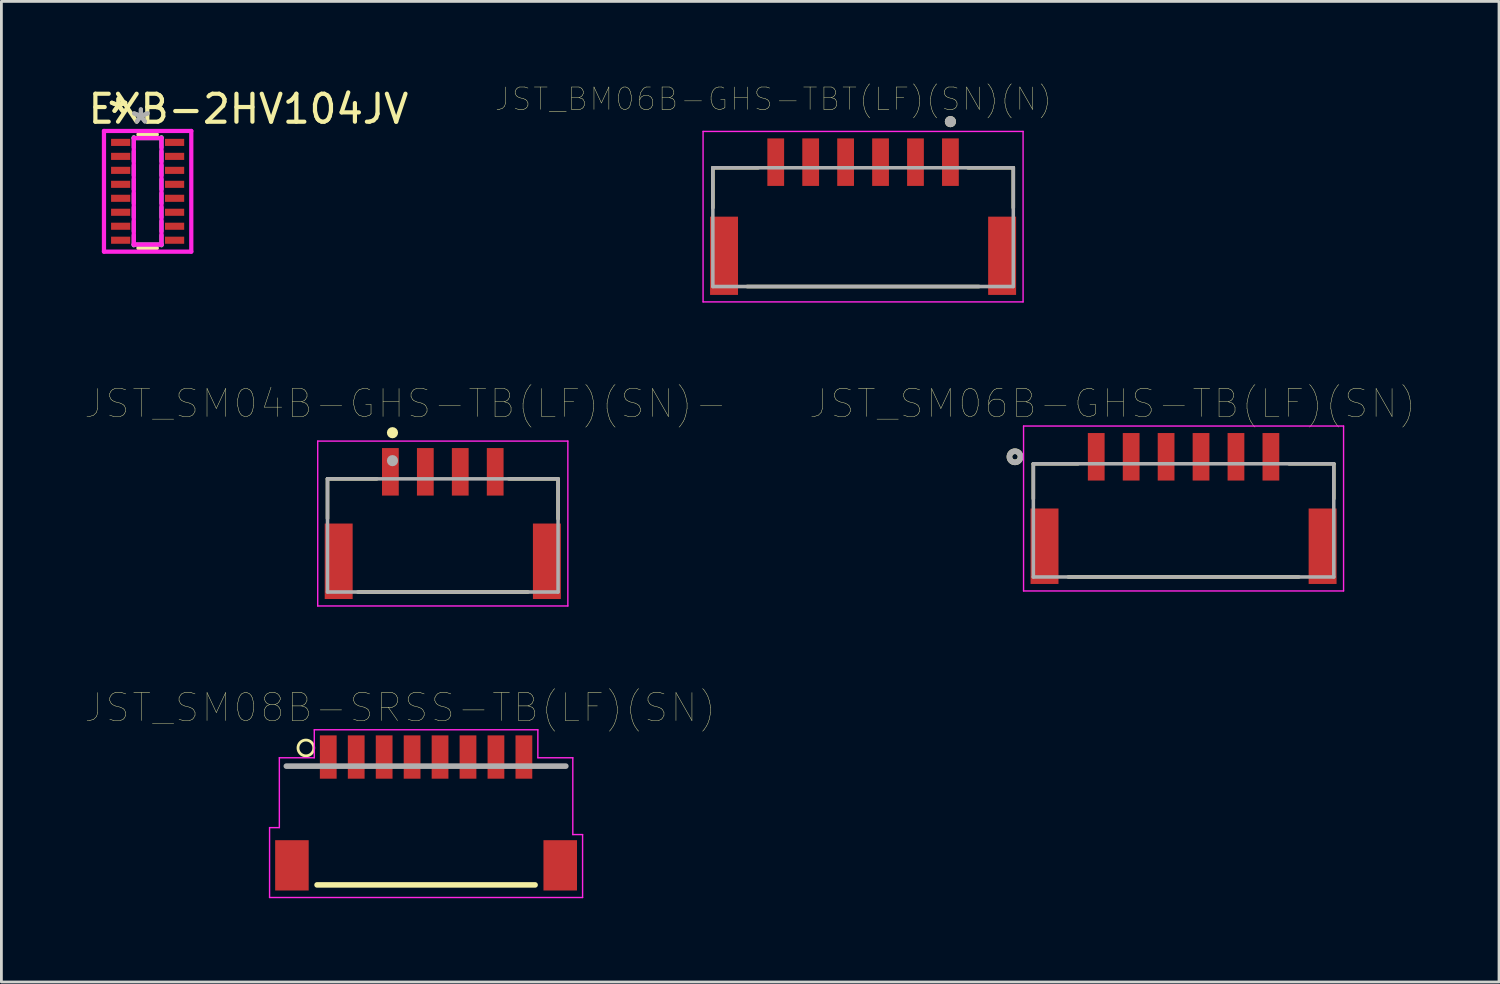
<source format=kicad_pcb>
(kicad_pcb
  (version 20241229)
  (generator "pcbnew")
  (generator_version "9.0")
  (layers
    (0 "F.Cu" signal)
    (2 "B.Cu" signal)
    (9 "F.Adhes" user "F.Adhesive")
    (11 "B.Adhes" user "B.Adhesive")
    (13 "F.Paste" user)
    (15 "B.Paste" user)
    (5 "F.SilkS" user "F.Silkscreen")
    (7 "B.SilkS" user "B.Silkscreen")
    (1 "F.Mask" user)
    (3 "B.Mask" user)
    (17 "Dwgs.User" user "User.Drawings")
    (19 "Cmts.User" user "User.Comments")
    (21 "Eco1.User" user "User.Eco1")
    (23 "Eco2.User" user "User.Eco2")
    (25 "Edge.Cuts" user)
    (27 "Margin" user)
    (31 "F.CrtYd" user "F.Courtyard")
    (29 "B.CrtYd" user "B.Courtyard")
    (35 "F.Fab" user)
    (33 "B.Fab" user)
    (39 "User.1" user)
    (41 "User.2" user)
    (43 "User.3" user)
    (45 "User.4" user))
  (footprint "JST_SM06B-GHS-TB(LF)(SN)"
    (layer "F.Cu")
    (at 39.298 15.169)
    (property "Reference" "JST_SM06B-GHS-TB(LF)(SN)" (at -2.54 -3.78 0) (layer "F.SilkS") (effects (font (size 1 1) (thickness 0.015))))
    (attr through_hole)
    (fp_line (start -5.375 -1.625) (end -5.375 -0.375) (stroke (width 0.127) (type solid)) (layer "F.SilkS"))
    (fp_line (start -5.375 -1.625) (end -3.775 -1.625) (stroke (width 0.127) (type solid)) (layer "F.SilkS"))
    (fp_line (start -4.125 2.425) (end 4.125 2.425) (stroke (width 0.127) (type solid)) (layer "F.SilkS"))
    (fp_line (start 5.375 -1.625) (end 3.775 -1.625) (stroke (width 0.127) (type solid)) (layer "F.SilkS"))
    (fp_line (start 5.375 -1.625) (end 5.375 -0.375) (stroke (width 0.127) (type solid)) (layer "F.SilkS"))
    (fp_circle (center -6.032 -1.875) (end -5.933 -1.875) (stroke (width 0.2) (type solid)) (fill no) (layer "F.SilkS"))
    (fp_line (start -5.725 -2.975) (end -5.725 2.925) (stroke (width 0.05) (type solid)) (layer "F.CrtYd"))
    (fp_line (start -5.725 2.925) (end 5.725 2.925) (stroke (width 0.05) (type solid)) (layer "F.CrtYd"))
    (fp_line (start 5.725 -2.975) (end -5.725 -2.975) (stroke (width 0.05) (type solid)) (layer "F.CrtYd"))
    (fp_line (start 5.725 2.925) (end 5.725 -2.975) (stroke (width 0.05) (type solid)) (layer "F.CrtYd"))
    (fp_line (start -5.375 -1.625) (end -5.375 2.425) (stroke (width 0.127) (type solid)) (layer "F.Fab"))
    (fp_line (start -5.375 2.425) (end 5.375 2.425) (stroke (width 0.127) (type solid)) (layer "F.Fab"))
    (fp_line (start 5.375 -1.625) (end -5.375 -1.625) (stroke (width 0.127) (type solid)) (layer "F.Fab"))
    (fp_line (start 5.375 2.425) (end 5.375 -1.625) (stroke (width 0.127) (type solid)) (layer "F.Fab"))
    (fp_circle (center -6.032 -1.875) (end -5.933 -1.875) (stroke (width 0.2) (type solid)) (fill no) (layer "F.Fab"))
    (pad "" smd rect (at -4.975 1.325) (size 1 2.7) (layers "F.Cu" "F.Mask" "F.Paste"))
    (pad "" smd rect (at 4.975 1.325) (size 1 2.7) (layers "F.Cu" "F.Mask" "F.Paste"))
    (pad "1" smd rect (at -3.125 -1.875) (size 0.6 1.7) (layers "F.Cu" "F.Mask" "F.Paste"))
    (pad "2" smd rect (at -1.875 -1.875) (size 0.6 1.7) (layers "F.Cu" "F.Mask" "F.Paste"))
    (pad "3" smd rect (at -0.625 -1.875) (size 0.6 1.7) (layers "F.Cu" "F.Mask" "F.Paste"))
    (pad "4" smd rect (at 0.625 -1.875) (size 0.6 1.7) (layers "F.Cu" "F.Mask" "F.Paste"))
    (pad "5" smd rect (at 1.875 -1.875) (size 0.6 1.7) (layers "F.Cu" "F.Mask" "F.Paste"))
    (pad "6" smd rect (at 3.125 -1.875) (size 0.6 1.7) (layers "F.Cu" "F.Mask" "F.Paste")))
  (footprint "EXB-2HV104JV"
    (layer "F.Cu")
    (at 2.232 3.795)
    (property "Reference" "EXB-2HV104JV" (at 3.607 -2.946 0) (layer "F.SilkS") (effects (font (size 1 1) (thickness 0.15))))
    (attr through_hole)
    (fp_line (start -0.328 2.032) (end 0.328 2.032) (stroke (width 0.152) (type solid)) (layer "F.SilkS"))
    (fp_line (start 0.328 -2.032) (end -0.328 -2.032) (stroke (width 0.152) (type solid)) (layer "F.SilkS"))
    (fp_line (start -1.562 -2.159) (end 1.562 -2.159) (stroke (width 0.152) (type solid)) (layer "F.CrtYd"))
    (fp_line (start -1.562 2.159) (end -1.562 -2.159) (stroke (width 0.152) (type solid)) (layer "F.CrtYd"))
    (fp_line (start -0.495 -1.905) (end 0.495 -1.905) (stroke (width 0.152) (type solid)) (layer "F.CrtYd"))
    (fp_line (start -0.495 1.905) (end -0.495 -1.905) (stroke (width 0.152) (type solid)) (layer "F.CrtYd"))
    (fp_line (start 0.495 -1.905) (end 0.495 1.905) (stroke (width 0.152) (type solid)) (layer "F.CrtYd"))
    (fp_line (start 0.495 1.905) (end -0.495 1.905) (stroke (width 0.152) (type solid)) (layer "F.CrtYd"))
    (fp_line (start 1.562 -2.159) (end 1.562 2.159) (stroke (width 0.152) (type solid)) (layer "F.CrtYd"))
    (fp_line (start 1.562 2.159) (end -1.562 2.159) (stroke (width 0.152) (type solid)) (layer "F.CrtYd"))
    (fp_line (start -0.495 -1.928) (end -0.495 -1.572) (stroke (width 0.152) (type solid)) (layer "F.Fab"))
    (fp_line (start -0.495 -1.905) (end -0.495 -1.928) (stroke (width 0.152) (type solid)) (layer "F.Fab"))
    (fp_line (start -0.495 -1.428) (end -0.495 -1.072) (stroke (width 0.152) (type solid)) (layer "F.Fab"))
    (fp_line (start -0.495 -0.928) (end -0.495 -0.572) (stroke (width 0.152) (type solid)) (layer "F.Fab"))
    (fp_line (start -0.495 -0.428) (end -0.495 -0.072) (stroke (width 0.152) (type solid)) (layer "F.Fab"))
    (fp_line (start -0.495 0.072) (end -0.495 0.428) (stroke (width 0.152) (type solid)) (layer "F.Fab"))
    (fp_line (start -0.495 0.572) (end -0.495 0.928) (stroke (width 0.152) (type solid)) (layer "F.Fab"))
    (fp_line (start -0.495 1.072) (end -0.495 1.428) (stroke (width 0.152) (type solid)) (layer "F.Fab"))
    (fp_line (start -0.495 1.572) (end -0.495 1.928) (stroke (width 0.152) (type solid)) (layer "F.Fab"))
    (fp_line (start -0.495 1.905) (end 0.495 1.905) (stroke (width 0.152) (type solid)) (layer "F.Fab"))
    (fp_line (start -0.495 1.928) (end -0.495 1.905) (stroke (width 0.152) (type solid)) (layer "F.Fab"))
    (fp_line (start 0.495 -1.928) (end 0.495 -1.572) (stroke (width 0.152) (type solid)) (layer "F.Fab"))
    (fp_line (start 0.495 -1.905) (end -0.495 -1.905) (stroke (width 0.152) (type solid)) (layer "F.Fab"))
    (fp_line (start 0.495 -1.905) (end 0.495 -1.928) (stroke (width 0.152) (type solid)) (layer "F.Fab"))
    (fp_line (start 0.495 -1.428) (end 0.495 -1.072) (stroke (width 0.152) (type solid)) (layer "F.Fab"))
    (fp_line (start 0.495 -0.928) (end 0.495 -0.572) (stroke (width 0.152) (type solid)) (layer "F.Fab"))
    (fp_line (start 0.495 -0.428) (end 0.495 -0.072) (stroke (width 0.152) (type solid)) (layer "F.Fab"))
    (fp_line (start 0.495 0.072) (end 0.495 0.428) (stroke (width 0.152) (type solid)) (layer "F.Fab"))
    (fp_line (start 0.495 0.572) (end 0.495 0.928) (stroke (width 0.152) (type solid)) (layer "F.Fab"))
    (fp_line (start 0.495 1.072) (end 0.495 1.428) (stroke (width 0.152) (type solid)) (layer "F.Fab"))
    (fp_line (start 0.495 1.572) (end 0.495 1.928) (stroke (width 0.152) (type solid)) (layer "F.Fab"))
    (fp_line (start 0.495 1.928) (end 0.495 1.905) (stroke (width 0.152) (type solid)) (layer "F.Fab"))
    (fp_text user "*" (at -1.041 -2.766 0) (layer "F.SilkS") (effects (font (size 1 1) (thickness 0.15))))
    (fp_text user "*" (at -1.041 -2.766 0) (layer "F.SilkS") (effects (font (size 1 1) (thickness 0.15))))
    (fp_text user "*" (at -0.241 -2.385 0) (layer "F.Fab") (effects (font (size 1 1) (thickness 0.15))))
    (fp_text user "*" (at -0.241 -2.385 0) (layer "F.Fab") (effects (font (size 1 1) (thickness 0.15))))
    (pad "1" smd rect (at -0.965 -1.75) (size 0.686 0.254) (layers "F.Cu" "F.Mask" "F.Paste"))
    (pad "2" smd rect (at -0.965 -1.25) (size 0.686 0.254) (layers "F.Cu" "F.Mask" "F.Paste"))
    (pad "3" smd rect (at -0.965 -0.75) (size 0.686 0.254) (layers "F.Cu" "F.Mask" "F.Paste"))
    (pad "4" smd rect (at -0.965 -0.25) (size 0.686 0.254) (layers "F.Cu" "F.Mask" "F.Paste"))
    (pad "5" smd rect (at -0.965 0.25) (size 0.686 0.254) (layers "F.Cu" "F.Mask" "F.Paste"))
    (pad "6" smd rect (at -0.965 0.75) (size 0.686 0.254) (layers "F.Cu" "F.Mask" "F.Paste"))
    (pad "7" smd rect (at -0.965 1.25) (size 0.686 0.254) (layers "F.Cu" "F.Mask" "F.Paste"))
    (pad "8" smd rect (at -0.965 1.75) (size 0.686 0.254) (layers "F.Cu" "F.Mask" "F.Paste"))
    (pad "9" smd rect (at 0.965 1.75) (size 0.686 0.254) (layers "F.Cu" "F.Mask" "F.Paste"))
    (pad "10" smd rect (at 0.965 1.25) (size 0.686 0.254) (layers "F.Cu" "F.Mask" "F.Paste"))
    (pad "11" smd rect (at 0.965 0.75) (size 0.686 0.254) (layers "F.Cu" "F.Mask" "F.Paste"))
    (pad "12" smd rect (at 0.965 0.25) (size 0.686 0.254) (layers "F.Cu" "F.Mask" "F.Paste"))
    (pad "13" smd rect (at 0.965 -0.25) (size 0.686 0.254) (layers "F.Cu" "F.Mask" "F.Paste"))
    (pad "14" smd rect (at 0.965 -0.75) (size 0.686 0.254) (layers "F.Cu" "F.Mask" "F.Paste"))
    (pad "15" smd rect (at 0.965 -1.25) (size 0.686 0.254) (layers "F.Cu" "F.Mask" "F.Paste"))
    (pad "16" smd rect (at 0.965 -1.75) (size 0.686 0.254) (layers "F.Cu" "F.Mask" "F.Paste")))
  (footprint "JST_SM08B-SRSS-TB(LF)(SN)"
    (layer "F.Cu")
    (at 12.195 28.812)
    (property "Reference" "JST_SM08B-SRSS-TB(LF)(SN)" (at -0.926 -6.543 0) (layer "F.SilkS") (effects (font (size 1.001 1.001) (thickness 0.015))))
    (attr through_hole)
    (fp_line (start -3.9 -0.2) (end 3.9 -0.2) (stroke (width 0.2) (type solid)) (layer "F.SilkS"))
    (fp_circle (center -4.3 -5.1) (end -4.017 -5.1) (stroke (width 0.1) (type solid)) (fill no) (layer "F.SilkS"))
    (fp_line (start -5.6 -2.25) (end -5.25 -2.25) (stroke (width 0.05) (type solid)) (layer "F.CrtYd"))
    (fp_line (start -5.6 0.25) (end -5.6 -2.25) (stroke (width 0.05) (type solid)) (layer "F.CrtYd"))
    (fp_line (start -5.25 -4.75) (end -4 -4.75) (stroke (width 0.05) (type solid)) (layer "F.CrtYd"))
    (fp_line (start -5.25 -2.25) (end -5.25 -4.75) (stroke (width 0.05) (type solid)) (layer "F.CrtYd"))
    (fp_line (start -4 -5.75) (end 4 -5.75) (stroke (width 0.05) (type solid)) (layer "F.CrtYd"))
    (fp_line (start -4 -4.75) (end -4 -5.75) (stroke (width 0.05) (type solid)) (layer "F.CrtYd"))
    (fp_line (start 4 -5.75) (end 4 -4.75) (stroke (width 0.05) (type solid)) (layer "F.CrtYd"))
    (fp_line (start 4 -4.75) (end 5.25 -4.75) (stroke (width 0.05) (type solid)) (layer "F.CrtYd"))
    (fp_line (start 5.25 -4.75) (end 5.25 -2) (stroke (width 0.05) (type solid)) (layer "F.CrtYd"))
    (fp_line (start 5.25 -2) (end 5.6 -2) (stroke (width 0.05) (type solid)) (layer "F.CrtYd"))
    (fp_line (start 5.6 -2) (end 5.6 0.25) (stroke (width 0.05) (type solid)) (layer "F.CrtYd"))
    (fp_line (start 5.6 0.25) (end -5.6 0.25) (stroke (width 0.05) (type solid)) (layer "F.CrtYd"))
    (fp_line (start 5 -4.45) (end -5 -4.45) (stroke (width 0.2) (type solid)) (layer "F.Fab"))
    (pad "" smd rect (at -4.8 -0.9) (size 1.2 1.8) (layers "F.Cu" "F.Mask" "F.Paste"))
    (pad "" smd rect (at 4.8 -0.9) (size 1.2 1.8) (layers "F.Cu" "F.Mask" "F.Paste"))
    (pad "1" smd rect (at -3.5 -4.775) (size 0.6 1.55) (layers "F.Cu" "F.Mask" "F.Paste"))
    (pad "2" smd rect (at -2.5 -4.775) (size 0.6 1.55) (layers "F.Cu" "F.Mask" "F.Paste"))
    (pad "3" smd rect (at -1.5 -4.775) (size 0.6 1.55) (layers "F.Cu" "F.Mask" "F.Paste"))
    (pad "4" smd rect (at -0.5 -4.775) (size 0.6 1.55) (layers "F.Cu" "F.Mask" "F.Paste"))
    (pad "5" smd rect (at 0.5 -4.775) (size 0.6 1.55) (layers "F.Cu" "F.Mask" "F.Paste"))
    (pad "6" smd rect (at 1.5 -4.775) (size 0.6 1.55) (layers "F.Cu" "F.Mask" "F.Paste"))
    (pad "7" smd rect (at 2.5 -4.775) (size 0.6 1.55) (layers "F.Cu" "F.Mask" "F.Paste"))
    (pad "8" smd rect (at 3.5 -4.775) (size 0.6 1.55) (layers "F.Cu" "F.Mask" "F.Paste")))
  (footprint "JST_SM04B-GHS-TB(LF)(SN)-"
    (layer "F.Cu")
    (at 12.793 16.107)
    (property "Reference" "JST_SM04B-GHS-TB(LF)(SN)-" (at -1.327 -4.718 0) (layer "F.SilkS") (effects (font (size 1.002 1.002) (thickness 0.015))))
    (attr through_hole)
    (fp_line (start -4.125 -2.025) (end -2.36 -2.025) (stroke (width 0.127) (type solid)) (layer "F.SilkS"))
    (fp_line (start -4.125 -0.605) (end -4.125 -2.025) (stroke (width 0.127) (type solid)) (layer "F.SilkS"))
    (fp_line (start -3.04 2.025) (end 3.05 2.025) (stroke (width 0.127) (type solid)) (layer "F.SilkS"))
    (fp_line (start 4.125 -2.025) (end 2.36 -2.025) (stroke (width 0.127) (type solid)) (layer "F.SilkS"))
    (fp_line (start 4.125 -0.595) (end 4.125 -2.025) (stroke (width 0.127) (type solid)) (layer "F.SilkS"))
    (fp_circle (center -1.8 -3.675) (end -1.7 -3.675) (stroke (width 0.2) (type solid)) (fill no) (layer "F.SilkS"))
    (fp_line (start -4.475 -3.375) (end 4.475 -3.375) (stroke (width 0.05) (type solid)) (layer "F.CrtYd"))
    (fp_line (start -4.475 2.525) (end -4.475 -3.375) (stroke (width 0.05) (type solid)) (layer "F.CrtYd"))
    (fp_line (start 4.475 -3.375) (end 4.475 2.525) (stroke (width 0.05) (type solid)) (layer "F.CrtYd"))
    (fp_line (start 4.475 2.525) (end -4.475 2.525) (stroke (width 0.05) (type solid)) (layer "F.CrtYd"))
    (fp_line (start -4.125 -2.025) (end 4.125 -2.025) (stroke (width 0.127) (type solid)) (layer "F.Fab"))
    (fp_line (start -4.125 2.025) (end -4.125 -2.025) (stroke (width 0.127) (type solid)) (layer "F.Fab"))
    (fp_line (start 4.125 -2.025) (end 4.125 2.025) (stroke (width 0.127) (type solid)) (layer "F.Fab"))
    (fp_line (start 4.125 2.025) (end -4.125 2.025) (stroke (width 0.127) (type solid)) (layer "F.Fab"))
    (fp_circle (center -1.8 -2.675) (end -1.7 -2.675) (stroke (width 0.2) (type solid)) (fill no) (layer "F.Fab"))
    (pad "" smd rect (at -3.725 0.925) (size 1 2.7) (layers "F.Cu" "F.Mask" "F.Paste"))
    (pad "" smd rect (at 3.725 0.925) (size 1 2.7) (layers "F.Cu" "F.Mask" "F.Paste"))
    (pad "1" smd rect (at -1.875 -2.275) (size 0.6 1.7) (layers "F.Cu" "F.Mask" "F.Paste"))
    (pad "2" smd rect (at -0.625 -2.275) (size 0.6 1.7) (layers "F.Cu" "F.Mask" "F.Paste"))
    (pad "3" smd rect (at 0.625 -2.275) (size 0.6 1.7) (layers "F.Cu" "F.Mask" "F.Paste"))
    (pad "4" smd rect (at 1.875 -2.275) (size 0.6 1.7) (layers "F.Cu" "F.Mask" "F.Paste")))
  (footprint "JST_BM06B-GHS-TBT(LF)(SN)(N)"
    (layer "F.Cu")
    (at 27.831 6.102)
    (property "Reference" "JST_BM06B-GHS-TBT(LF)(SN)(N)" (at -3.21 -5.608 0) (layer "F.SilkS") (effects (font (size 0.8 0.8) (thickness 0.015))))
    (attr through_hole)
    (fp_line (start -5.375 -3.15) (end -3.75 -3.15) (stroke (width 0.127) (type solid)) (layer "F.SilkS"))
    (fp_line (start -5.375 -1.72) (end -5.375 -3.15) (stroke (width 0.127) (type solid)) (layer "F.SilkS"))
    (fp_line (start -4.15 1.1) (end 4.15 1.1) (stroke (width 0.127) (type solid)) (layer "F.SilkS"))
    (fp_line (start 3.75 -3.15) (end 5.375 -3.15) (stroke (width 0.127) (type solid)) (layer "F.SilkS"))
    (fp_line (start 5.375 -1.72) (end 5.375 -3.15) (stroke (width 0.127) (type solid)) (layer "F.SilkS"))
    (fp_circle (center 3.125 -4.8) (end 3.225 -4.8) (stroke (width 0.2) (type solid)) (fill no) (layer "F.SilkS"))
    (fp_line (start -5.725 -4.45) (end 5.725 -4.45) (stroke (width 0.05) (type solid)) (layer "F.CrtYd"))
    (fp_line (start -5.725 1.65) (end -5.725 -4.45) (stroke (width 0.05) (type solid)) (layer "F.CrtYd"))
    (fp_line (start 5.725 -4.45) (end 5.725 1.65) (stroke (width 0.05) (type solid)) (layer "F.CrtYd"))
    (fp_line (start 5.725 1.65) (end -5.725 1.65) (stroke (width 0.05) (type solid)) (layer "F.CrtYd"))
    (fp_line (start -5.375 -3.15) (end 5.375 -3.15) (stroke (width 0.127) (type solid)) (layer "F.Fab"))
    (fp_line (start -5.375 1.1) (end -5.375 -3.15) (stroke (width 0.127) (type solid)) (layer "F.Fab"))
    (fp_line (start 5.375 -3.15) (end 5.375 1.1) (stroke (width 0.127) (type solid)) (layer "F.Fab"))
    (fp_line (start 5.375 1.1) (end -5.375 1.1) (stroke (width 0.127) (type solid)) (layer "F.Fab"))
    (fp_circle (center 3.125 -4.8) (end 3.225 -4.8) (stroke (width 0.2) (type solid)) (fill no) (layer "F.Fab"))
    (pad "" smd rect (at -4.975 0) (size 1 2.8) (layers "F.Cu" "F.Mask" "F.Paste"))
    (pad "" smd rect (at 4.975 0) (size 1 2.8) (layers "F.Cu" "F.Mask" "F.Paste"))
    (pad "1" smd rect (at 3.125 -3.35) (size 0.6 1.7) (layers "F.Cu" "F.Mask" "F.Paste"))
    (pad "2" smd rect (at 1.875 -3.35) (size 0.6 1.7) (layers "F.Cu" "F.Mask" "F.Paste"))
    (pad "3" smd rect (at 0.625 -3.35) (size 0.6 1.7) (layers "F.Cu" "F.Mask" "F.Paste"))
    (pad "4" smd rect (at -0.625 -3.35) (size 0.6 1.7) (layers "F.Cu" "F.Mask" "F.Paste"))
    (pad "5" smd rect (at -1.875 -3.35) (size 0.6 1.7) (layers "F.Cu" "F.Mask" "F.Paste"))
    (pad "6" smd rect (at -3.125 -3.35) (size 0.6 1.7) (layers "F.Cu" "F.Mask" "F.Paste")))
  (gr_rect
    (start -3 -3)
    (end 50.585 32.087)
    (stroke (width 0.1) (type default))
    (fill no)
    (layer "Edge.Cuts")))
</source>
